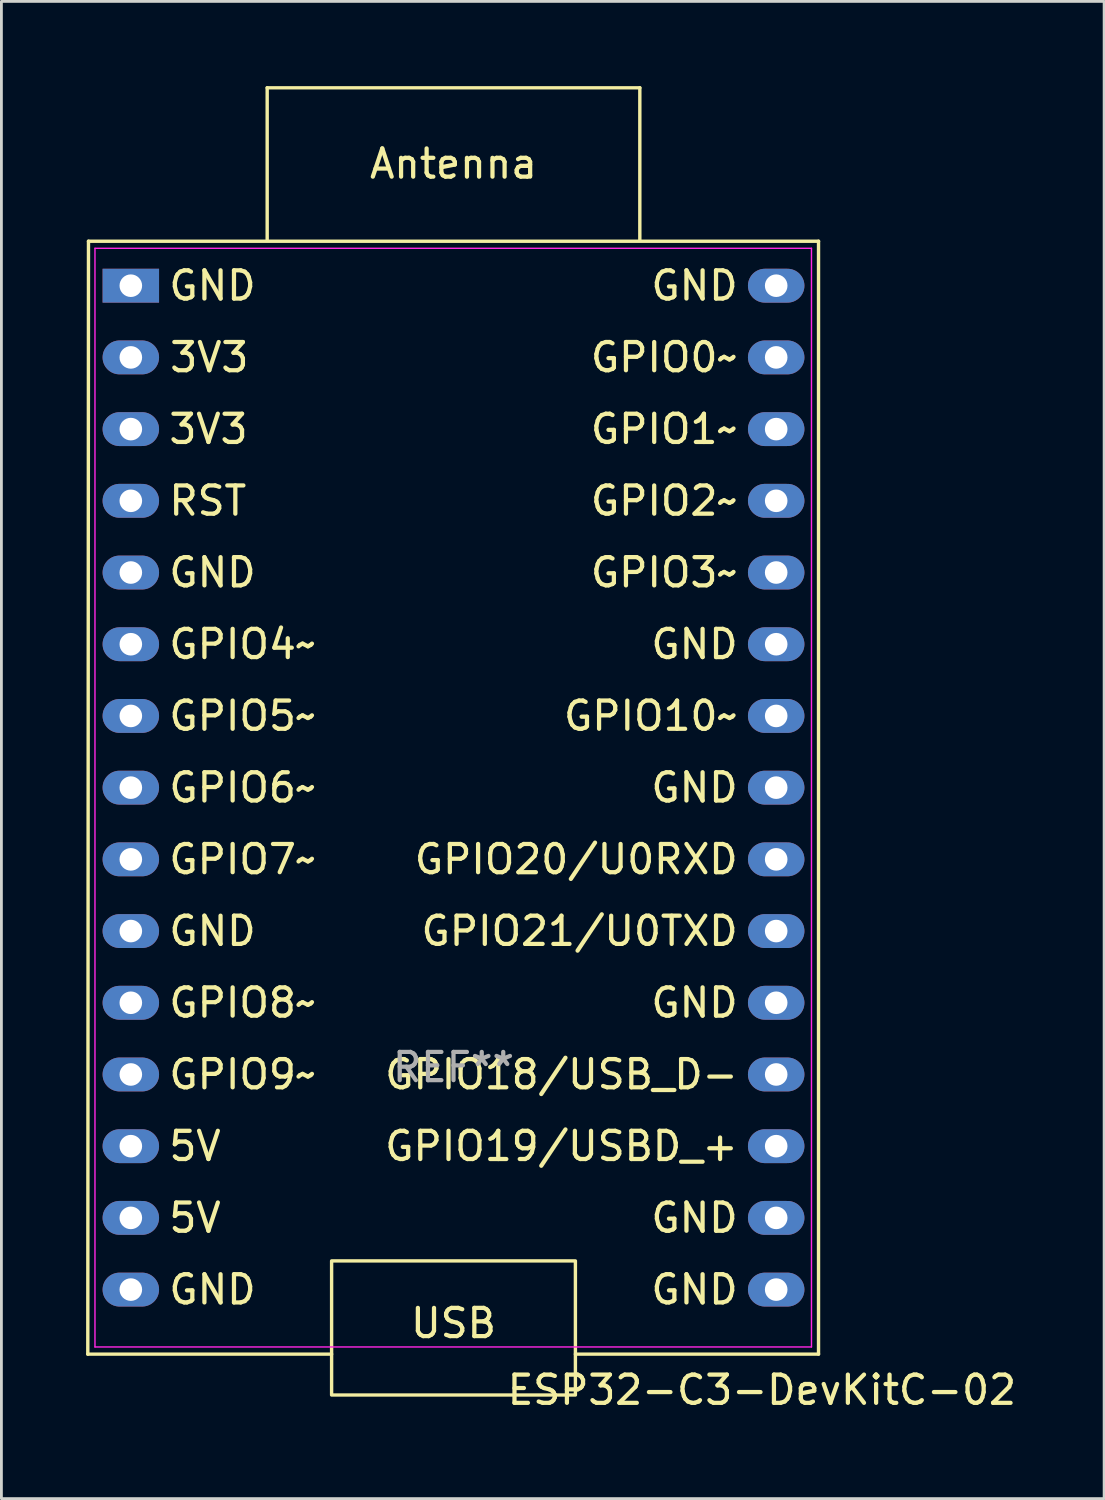
<source format=kicad_pcb>
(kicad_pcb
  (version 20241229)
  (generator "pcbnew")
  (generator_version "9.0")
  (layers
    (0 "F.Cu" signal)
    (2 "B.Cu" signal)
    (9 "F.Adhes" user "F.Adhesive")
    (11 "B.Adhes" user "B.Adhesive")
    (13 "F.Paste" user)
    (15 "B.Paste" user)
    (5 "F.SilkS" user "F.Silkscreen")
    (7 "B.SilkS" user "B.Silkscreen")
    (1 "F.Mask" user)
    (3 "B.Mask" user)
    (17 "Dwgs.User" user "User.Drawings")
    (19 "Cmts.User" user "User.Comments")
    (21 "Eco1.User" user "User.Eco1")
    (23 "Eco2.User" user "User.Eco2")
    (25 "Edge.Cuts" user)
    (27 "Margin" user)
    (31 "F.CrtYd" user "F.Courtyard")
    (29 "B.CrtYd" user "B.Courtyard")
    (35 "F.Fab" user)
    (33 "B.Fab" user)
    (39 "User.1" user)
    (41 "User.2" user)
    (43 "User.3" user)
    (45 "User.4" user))
  (footprint "ESP32-C3-DevKitC-02"
    (layer "F.Cu")
    (at 1.584 7.07)
    (property "Reference" "ESP32-C3-DevKitC-02" (at 22.352 39.116 0) (layer "F.SilkS") (effects (font (size 1 1) (thickness 0.15))))
    (attr through_hole)
    (fp_line (start -1.524 37.846) (end 7.112 37.846) (stroke (width 0.12) (type solid)) (layer "F.SilkS"))
    (fp_line (start -1.5 -1.575) (end -1.524 37.846) (stroke (width 0.12) (type solid)) (layer "F.SilkS"))
    (fp_line (start 4.83 -7.01) (end 18.03 -7.01) (stroke (width 0.12) (type default)) (layer "F.SilkS"))
    (fp_line (start 4.83 -1.61) (end 4.83 -7.01) (stroke (width 0.12) (type default)) (layer "F.SilkS"))
    (fp_line (start 18.03 -7.01) (end 18.03 -1.61) (stroke (width 0.12) (type default)) (layer "F.SilkS"))
    (fp_line (start 24.36 37.846) (end 15.748 37.846) (stroke (width 0.12) (type default)) (layer "F.SilkS"))
    (fp_line (start 24.36 37.846) (end 24.36 -1.575) (stroke (width 0.12) (type solid)) (layer "F.SilkS"))
    (fp_line (start 24.36 -1.575) (end -1.5 -1.575) (stroke (width 0.12) (type solid)) (layer "F.SilkS"))
    (fp_rect (start 7.112 34.544) (end 15.748 39.294) (stroke (width 0.12) (type solid)) (fill no) (layer "F.SilkS"))
    (fp_line (start -1.27 -1.325) (end 24.11 -1.325) (stroke (width 0.05) (type solid)) (layer "F.CrtYd"))
    (fp_line (start -1.27 37.592) (end -1.27 -1.325) (stroke (width 0.05) (type solid)) (layer "F.CrtYd"))
    (fp_line (start 24.11 -1.325) (end 24.11 37.592) (stroke (width 0.05) (type solid)) (layer "F.CrtYd"))
    (fp_line (start 24.11 37.592) (end -1.27 37.592) (stroke (width 0.05) (type solid)) (layer "F.CrtYd"))
    (fp_text user "GND" (at 21.59 12.7 0) (unlocked yes) (layer "F.SilkS") (effects (font (size 1 1) (thickness 0.15)) (justify right)))
    (fp_text user "GPIO19/USBD_+" (at 21.59 30.48 0) (unlocked yes) (layer "F.SilkS") (effects (font (size 1 1) (thickness 0.15)) (justify right)))
    (fp_text user "GND" (at 1.27 10.16 0) (unlocked yes) (layer "F.SilkS") (effects (font (size 1 1) (thickness 0.15)) (justify left)))
    (fp_text user "GND" (at 1.27 0 0) (unlocked yes) (layer "F.SilkS") (effects (font (size 1 1) (thickness 0.15)) (justify left)))
    (fp_text user "GND" (at 1.27 35.56 0) (unlocked yes) (layer "F.SilkS") (effects (font (size 1 1) (thickness 0.15)) (justify left)))
    (fp_text user "USB" (at 11.43 37.338 0) (unlocked yes) (layer "F.SilkS") (effects (font (size 1 1) (thickness 0.15)) (justify bottom)))
    (fp_text user "5V" (at 1.27 30.48 0) (unlocked yes) (layer "F.SilkS") (effects (font (size 1 1) (thickness 0.15)) (justify left)))
    (fp_text user "GPIO1~" (at 21.59 5.08 0) (unlocked yes) (layer "F.SilkS") (effects (font (size 1 1) (thickness 0.15)) (justify right)))
    (fp_text user "GND" (at 21.59 25.4 0) (unlocked yes) (layer "F.SilkS") (effects (font (size 1 1) (thickness 0.15)) (justify right)))
    (fp_text user "GND" (at 1.27 22.86 0) (unlocked yes) (layer "F.SilkS") (effects (font (size 1 1) (thickness 0.15)) (justify left)))
    (fp_text user "GND" (at 21.59 17.78 0) (unlocked yes) (layer "F.SilkS") (effects (font (size 1 1) (thickness 0.15)) (justify right)))
    (fp_text user "GPIO8~" (at 1.27 25.4 0) (unlocked yes) (layer "F.SilkS") (effects (font (size 1 1) (thickness 0.15)) (justify left)))
    (fp_text user "GND" (at 21.59 35.56 0) (unlocked yes) (layer "F.SilkS") (effects (font (size 1 1) (thickness 0.15)) (justify right)))
    (fp_text user "GPIO21/U0TXD" (at 21.59 22.86 0) (unlocked yes) (layer "F.SilkS") (effects (font (size 1 1) (thickness 0.15)) (justify right)))
    (fp_text user "GPIO6~" (at 1.27 17.78 0) (unlocked yes) (layer "F.SilkS") (effects (font (size 1 1) (thickness 0.15)) (justify left)))
    (fp_text user "GPIO5~" (at 1.27 15.24 0) (unlocked yes) (layer "F.SilkS") (effects (font (size 1 1) (thickness 0.15)) (justify left)))
    (fp_text user "Antenna" (at 11.43 -4.318 0) (unlocked yes) (layer "F.SilkS") (effects (font (size 1 1) (thickness 0.15))))
    (fp_text user "GPIO2~" (at 21.59 7.62 0) (unlocked yes) (layer "F.SilkS") (effects (font (size 1 1) (thickness 0.15)) (justify right)))
    (fp_text user "3V3" (at 1.3 2.54 0) (unlocked yes) (layer "F.SilkS") (effects (font (size 1 1) (thickness 0.15)) (justify left)))
    (fp_text user "GPIO4~" (at 1.27 12.7 0) (unlocked yes) (layer "F.SilkS") (effects (font (size 1 1) (thickness 0.15)) (justify left)))
    (fp_text user "GPIO9~" (at 1.27 27.94 0) (unlocked yes) (layer "F.SilkS") (effects (font (size 1 1) (thickness 0.15)) (justify left)))
    (fp_text user "3V3" (at 1.27 5.08 0) (unlocked yes) (layer "F.SilkS") (effects (font (size 1 1) (thickness 0.15)) (justify left)))
    (fp_text user "GPIO3~" (at 21.59 10.16 0) (unlocked yes) (layer "F.SilkS") (effects (font (size 1 1) (thickness 0.15)) (justify right)))
    (fp_text user "GPIO18/USB_D-" (at 21.59 27.94 0) (unlocked yes) (layer "F.SilkS") (effects (font (size 1 1) (thickness 0.15)) (justify right)))
    (fp_text user "GND" (at 21.59 0 0) (unlocked yes) (layer "F.SilkS") (effects (font (size 1 1) (thickness 0.15)) (justify right)))
    (fp_text user "GPIO0~" (at 21.59 2.54 0) (unlocked yes) (layer "F.SilkS") (effects (font (size 1 1) (thickness 0.15)) (justify right)))
    (fp_text user "RST" (at 1.27 7.62 0) (unlocked yes) (layer "F.SilkS") (effects (font (size 1 1) (thickness 0.15)) (justify left)))
    (fp_text user "GPIO10~" (at 21.59 15.24 0) (unlocked yes) (layer "F.SilkS") (effects (font (size 1 1) (thickness 0.15)) (justify right)))
    (fp_text user "GND" (at 21.59 33.02 0) (unlocked yes) (layer "F.SilkS") (effects (font (size 1 1) (thickness 0.15)) (justify right)))
    (fp_text user "GPIO7~" (at 1.27 20.32 0) (unlocked yes) (layer "F.SilkS") (effects (font (size 1 1) (thickness 0.15)) (justify left)))
    (fp_text user "GPIO20/U0RXD" (at 21.59 20.32 0) (unlocked yes) (layer "F.SilkS") (effects (font (size 1 1) (thickness 0.15)) (justify right)))
    (fp_text user "5V" (at 1.27 33.02 0) (unlocked yes) (layer "F.SilkS") (effects (font (size 1 1) (thickness 0.15)) (justify left)))
    (fp_text user "REF**" (at 11.43 27.686 0) (layer "F.Fab") (effects (font (size 1 1) (thickness 0.15))))
    (pad "1" thru_hole rect (at 0 0 270) (size 1.2 2) (drill 0.8) (layers "*.Cu" "*.Mask"))
    (pad "2" thru_hole oval (at 0 2.54 270) (size 1.2 2) (drill 0.8) (layers "*.Cu" "*.Mask"))
    (pad "3" thru_hole oval (at 0 5.08 270) (size 1.2 2) (drill 0.8) (layers "*.Cu" "*.Mask"))
    (pad "4" thru_hole oval (at 0 7.62 270) (size 1.2 2) (drill 0.8) (layers "*.Cu" "*.Mask"))
    (pad "5" thru_hole oval (at 0 10.16 270) (size 1.2 2) (drill 0.8) (layers "*.Cu" "*.Mask"))
    (pad "6" thru_hole oval (at 0 12.7 270) (size 1.2 2) (drill 0.8) (layers "*.Cu" "*.Mask"))
    (pad "7" thru_hole oval (at 0 15.24 270) (size 1.2 2) (drill 0.8) (layers "*.Cu" "*.Mask"))
    (pad "8" thru_hole oval (at 0 17.78 270) (size 1.2 2) (drill 0.8) (layers "*.Cu" "*.Mask"))
    (pad "9" thru_hole oval (at 0 20.32 270) (size 1.2 2) (drill 0.8) (layers "*.Cu" "*.Mask"))
    (pad "10" thru_hole oval (at 0 22.86 270) (size 1.2 2) (drill 0.8) (layers "*.Cu" "*.Mask"))
    (pad "11" thru_hole oval (at 0 25.4 270) (size 1.2 2) (drill 0.8) (layers "*.Cu" "*.Mask"))
    (pad "12" thru_hole oval (at 0 27.94 270) (size 1.2 2) (drill 0.8) (layers "*.Cu" "*.Mask"))
    (pad "13" thru_hole oval (at 0 30.48 270) (size 1.2 2) (drill 0.8) (layers "*.Cu" "*.Mask"))
    (pad "14" thru_hole oval (at 0 33.02 270) (size 1.2 2) (drill 0.8) (layers "*.Cu" "*.Mask"))
    (pad "15" thru_hole oval (at 0 35.56 270) (size 1.2 2) (drill 0.8) (layers "*.Cu" "*.Mask"))
    (pad "16" thru_hole oval (at 22.86 35.56 270) (size 1.2 2) (drill 0.8) (layers "*.Cu" "*.Mask"))
    (pad "17" thru_hole oval (at 22.86 33.02 270) (size 1.2 2) (drill 0.8) (layers "*.Cu" "*.Mask"))
    (pad "18" thru_hole oval (at 22.86 30.48 270) (size 1.2 2) (drill 0.8) (layers "*.Cu" "*.Mask"))
    (pad "19" thru_hole oval (at 22.86 27.94 270) (size 1.2 2) (drill 0.8) (layers "*.Cu" "*.Mask"))
    (pad "20" thru_hole oval (at 22.86 25.4 270) (size 1.2 2) (drill 0.8) (layers "*.Cu" "*.Mask"))
    (pad "21" thru_hole oval (at 22.86 22.86 270) (size 1.2 2) (drill 0.8) (layers "*.Cu" "*.Mask"))
    (pad "22" thru_hole oval (at 22.86 20.32 270) (size 1.2 2) (drill 0.8) (layers "*.Cu" "*.Mask"))
    (pad "23" thru_hole oval (at 22.86 17.78 270) (size 1.2 2) (drill 0.8) (layers "*.Cu" "*.Mask"))
    (pad "24" thru_hole oval (at 22.86 15.24 270) (size 1.2 2) (drill 0.8) (layers "*.Cu" "*.Mask"))
    (pad "25" thru_hole oval (at 22.86 12.7 270) (size 1.2 2) (drill 0.8) (layers "*.Cu" "*.Mask"))
    (pad "26" thru_hole oval (at 22.86 10.16 270) (size 1.2 2) (drill 0.8) (layers "*.Cu" "*.Mask"))
    (pad "27" thru_hole oval (at 22.86 7.62 270) (size 1.2 2) (drill 0.8) (layers "*.Cu" "*.Mask"))
    (pad "28" thru_hole oval (at 22.86 5.08 270) (size 1.2 2) (drill 0.8) (layers "*.Cu" "*.Mask"))
    (pad "29" thru_hole oval (at 22.86 2.54 270) (size 1.2 2) (drill 0.8) (layers "*.Cu" "*.Mask"))
    (pad "30" thru_hole oval (at 22.86 0 270) (size 1.2 2) (drill 0.8) (layers "*.Cu" "*.Mask")))
  (gr_rect
    (start -3 -3)
    (end 36.061 50.035)
    (stroke (width 0.1) (type default))
    (fill no)
    (layer "Edge.Cuts")))
</source>
